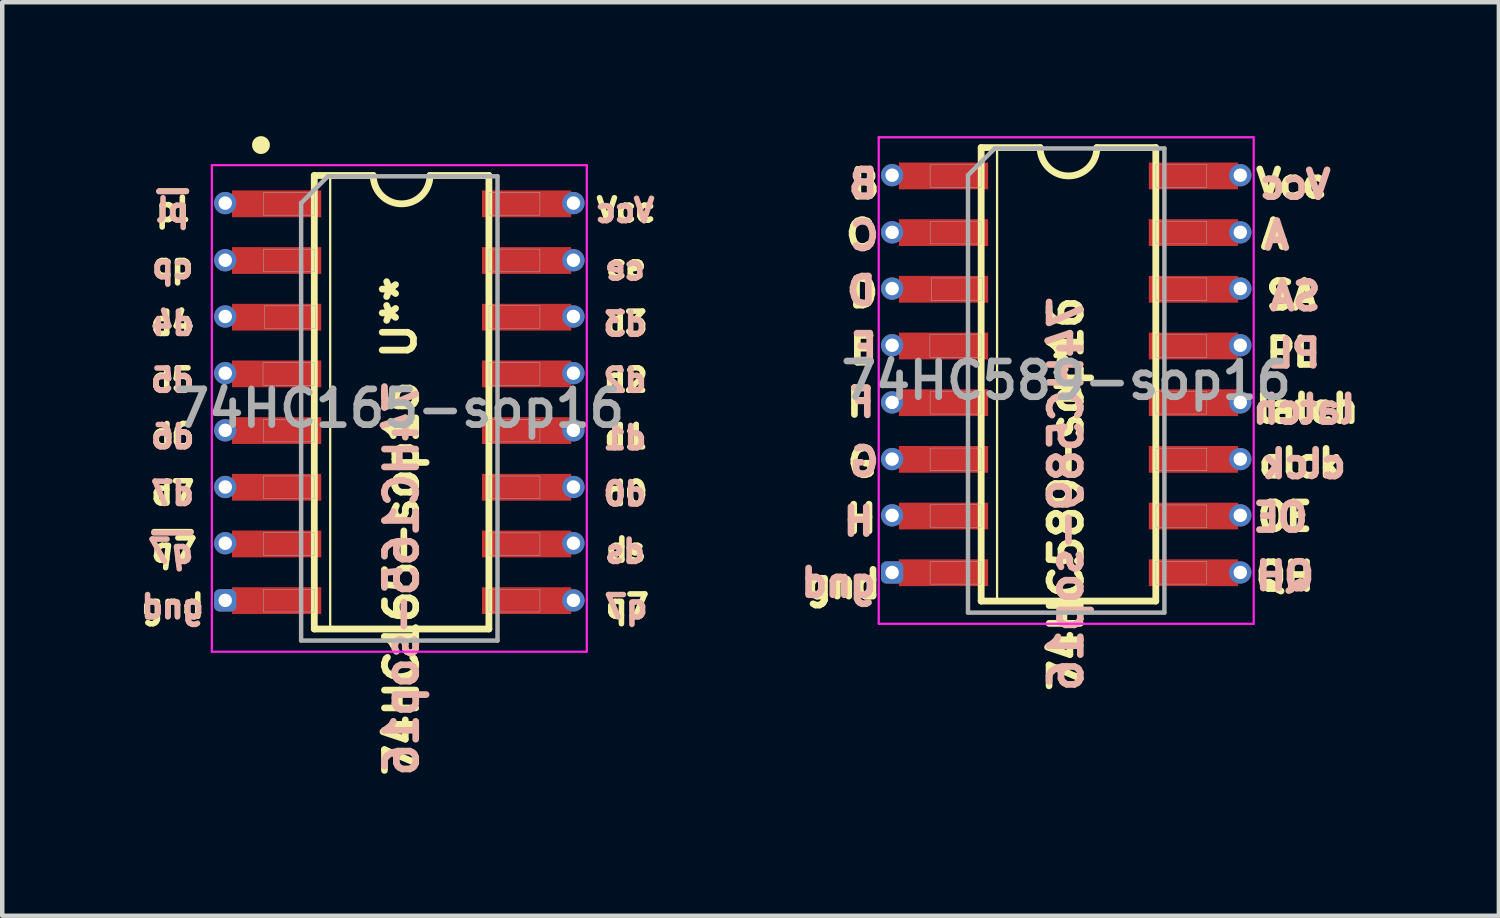
<source format=kicad_pcb>
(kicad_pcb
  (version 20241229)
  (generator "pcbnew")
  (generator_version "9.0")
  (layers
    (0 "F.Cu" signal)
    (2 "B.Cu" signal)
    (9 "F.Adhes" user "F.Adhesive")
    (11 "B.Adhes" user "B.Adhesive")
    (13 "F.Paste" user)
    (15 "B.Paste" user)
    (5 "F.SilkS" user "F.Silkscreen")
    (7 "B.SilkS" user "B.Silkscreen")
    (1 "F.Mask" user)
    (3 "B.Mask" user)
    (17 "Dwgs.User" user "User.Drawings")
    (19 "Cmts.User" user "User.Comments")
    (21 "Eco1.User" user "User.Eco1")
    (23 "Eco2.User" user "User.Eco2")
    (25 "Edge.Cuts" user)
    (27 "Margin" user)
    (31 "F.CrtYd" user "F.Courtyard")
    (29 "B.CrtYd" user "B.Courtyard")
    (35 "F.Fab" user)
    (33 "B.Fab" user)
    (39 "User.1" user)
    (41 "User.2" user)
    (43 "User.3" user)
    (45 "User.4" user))
  (footprint "74HC589-sop16"
    (layer "F.Cu")
    (at 20.836 5.475)
    (property "Reference" "74HC589-sop16" (at 0 2.54 90) (layer "F.SilkS") (effects (font (size 0.7 0.7) (thickness 0.15))))
    (property "Value" "U**" (at 0.06 -0.12 90) (layer "B.SilkS") (hide yes) (effects (font (size 0.5 0.5) (thickness 0.125)) (justify mirror)))
    (attr smd)
    (fp_line (start -1.905 -5.219) (end -1.905 4.941) (stroke (width 0.152) (type solid)) (layer "F.SilkS"))
    (fp_line (start -1.905 -5.219) (end -0.584 -5.219) (stroke (width 0.152) (type solid)) (layer "F.SilkS"))
    (fp_line (start -1.905 4.941) (end 2.007 4.941) (stroke (width 0.152) (type solid)) (layer "F.SilkS"))
    (fp_line (start -1.549 -5.219) (end -1.549 4.941) (stroke (width 0.051) (type solid)) (layer "F.SilkS"))
    (fp_line (start 0.686 -5.219) (end 2.007 -5.219) (stroke (width 0.152) (type solid)) (layer "F.SilkS"))
    (fp_line (start 2.007 4.941) (end 2.007 -5.219) (stroke (width 0.152) (type solid)) (layer "F.SilkS"))
    (fp_arc (start 0.6862 -5.21869) (mid 0.0512 -4.58369) (end -0.5838 -5.21869) (stroke (width 0.1524) (type solid)) (layer "F.SilkS"))
    (fp_line (start -4.2 -5.45) (end -4.2 5.45) (stroke (width 0.05) (type solid)) (layer "F.CrtYd"))
    (fp_line (start -4.2 -5.45) (end 4.2 -5.45) (stroke (width 0.05) (type solid)) (layer "F.CrtYd"))
    (fp_line (start 4.2 5.45) (end -4.2 5.45) (stroke (width 0.05) (type solid)) (layer "F.CrtYd"))
    (fp_line (start 4.2 5.45) (end 4.2 -5.45) (stroke (width 0.05) (type solid)) (layer "F.CrtYd"))
    (fp_line (start -2.2 -4.6) (end -1.6 -5.2) (stroke (width 0.1) (type solid)) (layer "F.Fab"))
    (fp_line (start -2.2 5.2) (end -2.2 -4.6) (stroke (width 0.1) (type solid)) (layer "F.Fab"))
    (fp_line (start -1.6 -5.2) (end 2.2 -5.2) (stroke (width 0.1) (type solid)) (layer "F.Fab"))
    (fp_line (start 2.2 -5.2) (end 2.2 5.2) (stroke (width 0.1) (type solid)) (layer "F.Fab"))
    (fp_line (start 2.2 5.2) (end -2.2 5.2) (stroke (width 0.1) (type solid)) (layer "F.Fab"))
    (fp_poly (pts (xy -1.905 -4.839) (xy -1.905 -4.33) (xy -3.049 -4.33) (xy -3.049 -4.839)) (stroke (width 0.01) (type solid)) (fill no) (layer "F.Fab"))
    (fp_poly (pts (xy -1.905 -3.568) (xy -1.905 -3.06) (xy -3.048 -3.06) (xy -3.048 -3.568)) (stroke (width 0.01) (type solid)) (fill no) (layer "F.Fab"))
    (fp_poly (pts (xy -1.905 -1.029) (xy -1.905 -0.52) (xy -3.054 -0.52) (xy -3.054 -1.029)) (stroke (width 0.01) (type solid)) (fill no) (layer "F.Fab"))
    (fp_poly (pts (xy -1.905 0.242) (xy -1.905 0.75) (xy -3.049 0.75) (xy -3.049 0.242)) (stroke (width 0.01) (type solid)) (fill no) (layer "F.Fab"))
    (fp_poly (pts (xy -1.905 1.513) (xy -1.905 2.02) (xy -3.049 2.02) (xy -3.049 1.513)) (stroke (width 0.01) (type solid)) (fill no) (layer "F.Fab"))
    (fp_poly (pts (xy -1.905 2.784) (xy -1.905 3.29) (xy -3.049 3.29) (xy -3.049 2.784)) (stroke (width 0.01) (type solid)) (fill no) (layer "F.Fab"))
    (fp_poly (pts (xy -1.905 4.054) (xy -1.905 4.56) (xy -3.049 4.56) (xy -3.049 4.054)) (stroke (width 0.01) (type solid)) (fill no) (layer "F.Fab"))
    (fp_poly (pts (xy -1.879 -2.298) (xy -1.879 -1.79) (xy -3.023 -1.79) (xy -3.023 -2.298)) (stroke (width 0.01) (type solid)) (fill no) (layer "F.Fab"))
    (fp_poly (pts (xy 3.15 -4.842) (xy 3.15 -4.33) (xy 2.009 -4.33) (xy 2.009 -4.842)) (stroke (width 0.01) (type solid)) (fill no) (layer "F.Fab"))
    (fp_poly (pts (xy 3.15 -3.57) (xy 3.15 -3.06) (xy 2.008 -3.06) (xy 2.008 -3.57)) (stroke (width 0.01) (type solid)) (fill no) (layer "F.Fab"))
    (fp_poly (pts (xy 3.15 -2.299) (xy 3.15 -1.79) (xy 2.008 -1.79) (xy 2.008 -2.299)) (stroke (width 0.01) (type solid)) (fill no) (layer "F.Fab"))
    (fp_poly (pts (xy 3.15 -1.029) (xy 3.15 -0.52) (xy 2.01 -0.52) (xy 2.01 -1.029)) (stroke (width 0.01) (type solid)) (fill no) (layer "F.Fab"))
    (fp_poly (pts (xy 3.15 0.242) (xy 3.15 0.75) (xy 2.008 0.75) (xy 2.008 0.242)) (stroke (width 0.01) (type solid)) (fill no) (layer "F.Fab"))
    (fp_poly (pts (xy 3.15 1.515) (xy 3.15 2.02) (xy 2.01 2.02) (xy 2.01 1.515)) (stroke (width 0.01) (type solid)) (fill no) (layer "F.Fab"))
    (fp_poly (pts (xy 3.15 2.788) (xy 3.15 3.29) (xy 2.011 3.29) (xy 2.011 2.788)) (stroke (width 0.01) (type solid)) (fill no) (layer "F.Fab"))
    (fp_poly (pts (xy 3.15 4.054) (xy 3.15 4.56) (xy 2.008 4.56) (xy 2.008 4.054)) (stroke (width 0.01) (type solid)) (fill no) (layer "F.Fab"))
    (fp_text user "OE" (at 4.9 3.05 0) (unlocked yes) (layer "F.SilkS") (effects (font (size 0.6 0.6) (thickness 0.15))))
    (fp_text user "QH" (at 4.9 4.39 0) (unlocked yes) (layer "F.SilkS") (effects (font (size 0.6 0.6) (thickness 0.15))))
    (fp_text user "E" (at -4.55 -0.68 0) (unlocked yes) (layer "F.SilkS") (effects (font (size 0.6 0.6) (thickness 0.15))))
    (fp_text user "PL" (at 5.05 -0.63 0) (unlocked yes) (layer "F.SilkS") (effects (font (size 0.6 0.6) (thickness 0.15))))
    (fp_text user "latch" (at 5.4 0.63 0) (unlocked yes) (layer "F.SilkS") (effects (font (size 0.6 0.6) (thickness 0.15))))
    (fp_text user "G" (at -4.57 1.84 0) (unlocked yes) (layer "F.SilkS") (effects (font (size 0.6 0.6) (thickness 0.15))))
    (fp_text user "${VALUE}" (at 0.05 -0.11 90) (layer "F.SilkS") (effects (font (size 0.5 0.5) (thickness 0.125))))
    (fp_text user "clck" (at 5.25 1.85 0) (unlocked yes) (layer "F.SilkS") (effects (font (size 0.6 0.6) (thickness 0.15))))
    (fp_text user "D" (at -4.54 -1.96 0) (unlocked yes) (layer "F.SilkS") (effects (font (size 0.6 0.6) (thickness 0.15))))
    (fp_text user "H" (at -4.59 3.1 0) (unlocked yes) (layer "F.SilkS") (effects (font (size 0.6 0.6) (thickness 0.15))))
    (fp_text user "gnd" (at -5 4.56 0) (unlocked yes) (layer "F.SilkS") (effects (font (size 0.6 0.6) (thickness 0.15))))
    (fp_text user "A" (at 4.64 -3.27 0) (unlocked yes) (layer "F.SilkS") (effects (font (size 0.6 0.6) (thickness 0.15))))
    (fp_text user "B" (at -4.51 -4.4 0) (unlocked yes) (layer "F.SilkS") (effects (font (size 0.6 0.6) (thickness 0.15))))
    (fp_text user "SA" (at 5.05 -1.91 0) (unlocked yes) (layer "F.SilkS") (effects (font (size 0.6 0.6) (thickness 0.15))))
    (fp_text user "C" (at -4.61 -3.27 0) (unlocked yes) (layer "F.SilkS") (effects (font (size 0.6 0.6) (thickness 0.15))))
    (fp_text user "Vcc" (at 5.05 -4.41 0) (unlocked yes) (layer "F.SilkS") (effects (font (size 0.6 0.6) (thickness 0.15))))
    (fp_text user "F" (at -4.63 0.49 0) (unlocked yes) (layer "F.SilkS") (effects (font (size 0.6 0.6) (thickness 0.15))))
    (fp_text user "A" (at 4.72 -3.25 0) (unlocked yes) (layer "B.SilkS") (effects (font (size 0.6 0.6) (thickness 0.15)) (justify mirror)))
    (fp_text user "clck" (at 5.33 1.87 0) (unlocked yes) (layer "B.SilkS") (effects (font (size 0.6 0.6) (thickness 0.15)) (justify mirror)))
    (fp_text user "E" (at -4.53 -0.73 0) (unlocked yes) (layer "B.SilkS") (effects (font (size 0.6 0.6) (thickness 0.15)) (justify mirror)))
    (fp_text user "QH" (at 4.9 4.38 0) (unlocked yes) (layer "B.SilkS") (effects (font (size 0.6 0.6) (thickness 0.15)) (justify mirror)))
    (fp_text user "C" (at -4.52 -3.24 0) (unlocked yes) (layer "B.SilkS") (effects (font (size 0.6 0.6) (thickness 0.15)) (justify mirror)))
    (fp_text user "G" (at -4.52 1.82 0) (unlocked yes) (layer "B.SilkS") (effects (font (size 0.6 0.6) (thickness 0.15)) (justify mirror)))
    (fp_text user "latch" (at 5.33 0.65 0) (unlocked yes) (layer "B.SilkS") (effects (font (size 0.6 0.6) (thickness 0.15)) (justify mirror)))
    (fp_text user "H" (at -4.65 3.16 0) (unlocked yes) (layer "B.SilkS") (effects (font (size 0.6 0.6) (thickness 0.15)) (justify mirror)))
    (fp_text user "OE" (at 4.8 3.07 0) (unlocked yes) (layer "B.SilkS") (effects (font (size 0.6 0.6) (thickness 0.15)) (justify mirror)))
    (fp_text user "gnd" (at -5.1 4.53 0) (unlocked yes) (layer "B.SilkS") (effects (font (size 0.6 0.6) (thickness 0.15)) (justify mirror)))
    (fp_text user "SA" (at 5.13 -1.89 0) (unlocked yes) (layer "B.SilkS") (effects (font (size 0.6 0.6) (thickness 0.15)) (justify mirror)))
    (fp_text user "${REFERENCE}" (at 0 2.54 90) (layer "B.SilkS") (effects (font (size 0.7 0.7) (thickness 0.15)) (justify mirror)))
    (fp_text user "D" (at -4.59 -2.01 0) (unlocked yes) (layer "B.SilkS") (effects (font (size 0.6 0.6) (thickness 0.15)) (justify mirror)))
    (fp_text user "F" (at -4.57 0.5 0) (unlocked yes) (layer "B.SilkS") (effects (font (size 0.6 0.6) (thickness 0.15)) (justify mirror)))
    (fp_text user "PL" (at 5.13 -0.61 0) (unlocked yes) (layer "B.SilkS") (effects (font (size 0.6 0.6) (thickness 0.15)) (justify mirror)))
    (fp_text user "Vcc" (at 5.13 -4.39 0) (unlocked yes) (layer "B.SilkS") (effects (font (size 0.6 0.6) (thickness 0.15)) (justify mirror)))
    (fp_text user "B" (at -4.55 -4.41 0) (unlocked yes) (layer "B.SilkS") (effects (font (size 0.6 0.6) (thickness 0.15)) (justify mirror)))
    (fp_text user "${REFERENCE}" (at 0 0 0) (layer "F.Fab") (effects (font (size 0.8 0.8) (thickness 0.15))))
    (pad "1" thru_hole circle (at -3.9 -4.6) (size 0.5 0.5) (drill 0.3) (layers "*.Cu" "*.Mask"))
    (pad "1" smd rect (at -2.749 -4.584 270) (size 0.6 2) (layers "F.Cu" "F.Mask" "F.Paste"))
    (pad "2" thru_hole circle (at -3.9 -3.32) (size 0.5 0.5) (drill 0.3) (layers "*.Cu" "*.Mask"))
    (pad "2" smd rect (at -2.749 -3.314 270) (size 0.6 2) (layers "F.Cu" "F.Mask" "F.Paste"))
    (pad "3" thru_hole circle (at -3.9 -2.06) (size 0.5 0.5) (drill 0.3) (layers "*.Cu" "*.Mask"))
    (pad "3" smd rect (at -2.749 -2.044 270) (size 0.6 2) (layers "F.Cu" "F.Mask" "F.Paste"))
    (pad "4" thru_hole circle (at -3.9 -0.79) (size 0.5 0.5) (drill 0.3) (layers "*.Cu" "*.Mask"))
    (pad "4" smd rect (at -2.749 -0.774 270) (size 0.6 2) (layers "F.Cu" "F.Mask" "F.Paste"))
    (pad "5" thru_hole circle (at -3.9 0.49) (size 0.5 0.5) (drill 0.3) (layers "*.Cu" "*.Mask"))
    (pad "5" smd rect (at -2.749 0.496 270) (size 0.6 2) (layers "F.Cu" "F.Mask" "F.Paste"))
    (pad "6" thru_hole circle (at -3.9 1.76) (size 0.5 0.5) (drill 0.3) (layers "*.Cu" "*.Mask"))
    (pad "6" smd rect (at -2.749 1.766 270) (size 0.6 2) (layers "F.Cu" "F.Mask" "F.Paste"))
    (pad "7" thru_hole circle (at -3.9 3.02) (size 0.5 0.5) (drill 0.3) (layers "*.Cu" "*.Mask"))
    (pad "7" smd rect (at -2.749 3.036 270) (size 0.6 2) (layers "F.Cu" "F.Mask" "F.Paste"))
    (pad "8" thru_hole roundrect (at -3.9 4.3) (size 0.5 0.5) (drill 0.3) (layers "*.Cu" "*.Mask") (roundrect_rratio 0.25))
    (pad "8" smd rect (at -2.749 4.306 270) (size 0.6 2) (layers "F.Cu" "F.Mask" "F.Paste"))
    (pad "9" smd rect (at 2.851 4.306 270) (size 0.6 2) (layers "F.Cu" "F.Mask" "F.Paste"))
    (pad "9" thru_hole circle (at 3.9 4.3) (size 0.5 0.5) (drill 0.3) (layers "*.Cu" "*.Mask"))
    (pad "10" smd rect (at 2.851 3.036 270) (size 0.6 2) (layers "F.Cu" "F.Mask" "F.Paste"))
    (pad "10" thru_hole circle (at 3.9 3.02) (size 0.5 0.5) (drill 0.3) (layers "*.Cu" "*.Mask"))
    (pad "11" smd rect (at 2.851 1.766 270) (size 0.6 2) (layers "F.Cu" "F.Mask" "F.Paste"))
    (pad "11" thru_hole circle (at 3.9 1.76) (size 0.5 0.5) (drill 0.3) (layers "*.Cu" "*.Mask"))
    (pad "12" smd rect (at 2.851 0.496 270) (size 0.6 2) (layers "F.Cu" "F.Mask" "F.Paste"))
    (pad "12" thru_hole circle (at 3.9 0.49) (size 0.5 0.5) (drill 0.3) (layers "*.Cu" "*.Mask"))
    (pad "13" smd rect (at 2.851 -0.774 270) (size 0.6 2) (layers "F.Cu" "F.Mask" "F.Paste"))
    (pad "13" thru_hole circle (at 3.9 -0.79) (size 0.5 0.5) (drill 0.3) (layers "*.Cu" "*.Mask"))
    (pad "14" smd rect (at 2.851 -2.044 270) (size 0.6 2) (layers "F.Cu" "F.Mask" "F.Paste"))
    (pad "14" thru_hole circle (at 3.9 -2.06) (size 0.5 0.5) (drill 0.3) (layers "*.Cu" "*.Mask"))
    (pad "15" smd rect (at 2.851 -3.314 270) (size 0.6 2) (layers "F.Cu" "F.Mask" "F.Paste"))
    (pad "15" thru_hole circle (at 3.9 -3.32) (size 0.5 0.5) (drill 0.3) (layers "*.Cu" "*.Mask"))
    (pad "16" smd rect (at 2.851 -4.584 270) (size 0.6 2) (layers "F.Cu" "F.Mask" "F.Paste"))
    (pad "16" thru_hole circle (at 3.9 -4.6) (size 0.5 0.5) (drill 0.3) (layers "*.Cu" "*.Mask")))
  (footprint "74HC165-sop16"
    (layer "F.Cu")
    (at 5.896 6.1)
    (property "Reference" "74HC165-sop16" (at 0.051 3.81 90) (layer "F.SilkS") (effects (font (size 0.7 0.7) (thickness 0.15))))
    (property "Value" "U**" (at 0 -2.04 90) (layer "B.SilkS") (hide yes) (effects (font (size 0.7 0.7) (thickness 0.15)) (justify mirror)))
    (attr smd)
    (fp_line (start -1.905 -5.219) (end -1.905 4.941) (stroke (width 0.152) (type solid)) (layer "F.SilkS"))
    (fp_line (start -1.905 -5.219) (end -0.584 -5.219) (stroke (width 0.152) (type solid)) (layer "F.SilkS"))
    (fp_line (start -1.905 4.941) (end 2.007 4.941) (stroke (width 0.152) (type solid)) (layer "F.SilkS"))
    (fp_line (start -1.549 -5.219) (end -1.549 4.941) (stroke (width 0.051) (type solid)) (layer "F.SilkS"))
    (fp_line (start 0.686 -5.219) (end 2.007 -5.219) (stroke (width 0.152) (type solid)) (layer "F.SilkS"))
    (fp_line (start 2.007 4.941) (end 2.007 -5.219) (stroke (width 0.152) (type solid)) (layer "F.SilkS"))
    (fp_arc (start 0.6862 -5.21869) (mid 0.0512 -4.58369) (end -0.5838 -5.21869) (stroke (width 0.1524) (type solid)) (layer "F.SilkS"))
    (fp_circle (center -3.1 -5.9) (end -2.95 -5.9) (stroke (width 0.1) (type solid)) (fill yes) (layer "F.SilkS"))
    (fp_line (start -4.2 -5.45) (end -4.2 5.45) (stroke (width 0.05) (type solid)) (layer "F.CrtYd"))
    (fp_line (start -4.2 -5.45) (end 4.2 -5.45) (stroke (width 0.05) (type solid)) (layer "F.CrtYd"))
    (fp_line (start 4.2 5.45) (end -4.2 5.45) (stroke (width 0.05) (type solid)) (layer "F.CrtYd"))
    (fp_line (start 4.2 5.45) (end 4.2 -5.45) (stroke (width 0.05) (type solid)) (layer "F.CrtYd"))
    (fp_line (start -2.2 -4.6) (end -1.6 -5.2) (stroke (width 0.1) (type solid)) (layer "F.Fab"))
    (fp_line (start -2.2 5.2) (end -2.2 -4.6) (stroke (width 0.1) (type solid)) (layer "F.Fab"))
    (fp_line (start -1.6 -5.2) (end 2.2 -5.2) (stroke (width 0.1) (type solid)) (layer "F.Fab"))
    (fp_line (start 2.2 -5.2) (end 2.2 5.2) (stroke (width 0.1) (type solid)) (layer "F.Fab"))
    (fp_line (start 2.2 5.2) (end -2.2 5.2) (stroke (width 0.1) (type solid)) (layer "F.Fab"))
    (fp_poly (pts (xy -1.905 -4.839) (xy -1.905 -4.33) (xy -3.049 -4.33) (xy -3.049 -4.839)) (stroke (width 0.01) (type solid)) (fill no) (layer "F.Fab"))
    (fp_poly (pts (xy -1.905 -3.568) (xy -1.905 -3.06) (xy -3.048 -3.06) (xy -3.048 -3.568)) (stroke (width 0.01) (type solid)) (fill no) (layer "F.Fab"))
    (fp_poly (pts (xy -1.905 -1.029) (xy -1.905 -0.52) (xy -3.054 -0.52) (xy -3.054 -1.029)) (stroke (width 0.01) (type solid)) (fill no) (layer "F.Fab"))
    (fp_poly (pts (xy -1.905 0.242) (xy -1.905 0.75) (xy -3.049 0.75) (xy -3.049 0.242)) (stroke (width 0.01) (type solid)) (fill no) (layer "F.Fab"))
    (fp_poly (pts (xy -1.905 1.513) (xy -1.905 2.02) (xy -3.049 2.02) (xy -3.049 1.513)) (stroke (width 0.01) (type solid)) (fill no) (layer "F.Fab"))
    (fp_poly (pts (xy -1.905 2.784) (xy -1.905 3.29) (xy -3.049 3.29) (xy -3.049 2.784)) (stroke (width 0.01) (type solid)) (fill no) (layer "F.Fab"))
    (fp_poly (pts (xy -1.905 4.054) (xy -1.905 4.56) (xy -3.049 4.56) (xy -3.049 4.054)) (stroke (width 0.01) (type solid)) (fill no) (layer "F.Fab"))
    (fp_poly (pts (xy -1.879 -2.298) (xy -1.879 -1.79) (xy -3.023 -1.79) (xy -3.023 -2.298)) (stroke (width 0.01) (type solid)) (fill no) (layer "F.Fab"))
    (fp_poly (pts (xy 3.15 -4.842) (xy 3.15 -4.33) (xy 2.009 -4.33) (xy 2.009 -4.842)) (stroke (width 0.01) (type solid)) (fill no) (layer "F.Fab"))
    (fp_poly (pts (xy 3.15 -3.57) (xy 3.15 -3.06) (xy 2.008 -3.06) (xy 2.008 -3.57)) (stroke (width 0.01) (type solid)) (fill no) (layer "F.Fab"))
    (fp_poly (pts (xy 3.15 -2.299) (xy 3.15 -1.79) (xy 2.008 -1.79) (xy 2.008 -2.299)) (stroke (width 0.01) (type solid)) (fill no) (layer "F.Fab"))
    (fp_poly (pts (xy 3.15 -1.029) (xy 3.15 -0.52) (xy 2.01 -0.52) (xy 2.01 -1.029)) (stroke (width 0.01) (type solid)) (fill no) (layer "F.Fab"))
    (fp_poly (pts (xy 3.15 0.242) (xy 3.15 0.75) (xy 2.008 0.75) (xy 2.008 0.242)) (stroke (width 0.01) (type solid)) (fill no) (layer "F.Fab"))
    (fp_poly (pts (xy 3.15 1.515) (xy 3.15 2.02) (xy 2.01 2.02) (xy 2.01 1.515)) (stroke (width 0.01) (type solid)) (fill no) (layer "F.Fab"))
    (fp_poly (pts (xy 3.15 2.788) (xy 3.15 3.29) (xy 2.011 3.29) (xy 2.011 2.788)) (stroke (width 0.01) (type solid)) (fill no) (layer "F.Fab"))
    (fp_poly (pts (xy 3.15 4.054) (xy 3.15 4.56) (xy 2.008 4.56) (xy 2.008 4.054)) (stroke (width 0.01) (type solid)) (fill no) (layer "F.Fab"))
    (fp_text user "d4" (at -5.08 -1.905 0) (unlocked yes) (layer "F.SilkS") (effects (font (size 0.5 0.5) (thickness 0.125))))
    (fp_text user "d0" (at 5.08 1.905 0) (unlocked yes) (layer "F.SilkS") (effects (font (size 0.5 0.5) (thickness 0.125))))
    (fp_text user "ds" (at 5.08 3.175 0) (unlocked yes) (layer "F.SilkS") (effects (font (size 0.5 0.5) (thickness 0.125))))
    (fp_text user "d5" (at -5.08 -0.635 0) (unlocked yes) (layer "F.SilkS") (effects (font (size 0.5 0.5) (thickness 0.125))))
    (fp_text user "gnd" (at -5.075 4.431 0) (unlocked yes) (layer "F.SilkS") (effects (font (size 0.5 0.5) (thickness 0.125))))
    (fp_text user "d2" (at 5.08 -0.635 0) (unlocked yes) (layer "F.SilkS") (effects (font (size 0.5 0.5) (thickness 0.125))))
    (fp_text user "~{pl}" (at -5.075 -4.457 0) (unlocked yes) (layer "F.SilkS") (effects (font (size 0.5 0.5) (thickness 0.125))))
    (fp_text user "~{q7}" (at -5.08 3.175 0) (unlocked yes) (layer "F.SilkS") (effects (font (size 0.5 0.5) (thickness 0.125) (italic yes))))
    (fp_text user "cp" (at -5.075 -3.205 0) (unlocked yes) (layer "F.SilkS") (effects (font (size 0.5 0.5) (thickness 0.125))))
    (fp_text user "Vcc" (at 5.08 -4.445 0) (unlocked yes) (layer "F.SilkS") (effects (font (size 0.5 0.5) (thickness 0.125))))
    (fp_text user "ce" (at 5.08 -3.175 0) (unlocked yes) (layer "F.SilkS") (effects (font (size 0.5 0.5) (thickness 0.125))))
    (fp_text user "q7" (at 5.107 4.431 0) (unlocked yes) (layer "F.SilkS") (effects (font (size 0.5 0.5) (thickness 0.125))))
    (fp_text user "d6" (at -5.075 0.613 0) (unlocked yes) (layer "F.SilkS") (effects (font (size 0.5 0.5) (thickness 0.125))))
    (fp_text user "d1" (at 5.08 0.635 0) (unlocked yes) (layer "F.SilkS") (effects (font (size 0.5 0.5) (thickness 0.125))))
    (fp_text user "${VALUE}" (at 0 -2.04 90) (layer "F.SilkS") (effects (font (size 0.7 0.7) (thickness 0.15))))
    (fp_text user "d3" (at 5.08 -1.905 0) (unlocked yes) (layer "F.SilkS") (effects (font (size 0.5 0.5) (thickness 0.125))))
    (fp_text user "d7" (at -5.075 1.896 0) (unlocked yes) (layer "F.SilkS") (effects (font (size 0.5 0.5) (thickness 0.125))))
    (fp_text user "d7" (at -5.08 1.905 0) (unlocked yes) (layer "B.SilkS") (effects (font (size 0.5 0.5) (thickness 0.125)) (justify mirror)))
    (fp_text user "d1" (at 5.053 0.657 0) (unlocked yes) (layer "B.SilkS") (effects (font (size 0.5 0.5) (thickness 0.125)) (justify mirror)))
    (fp_text user "~{q7}" (at -5.085 3.202 0) (unlocked yes) (layer "B.SilkS") (effects (font (size 0.5 0.5) (thickness 0.125) (italic yes)) (justify mirror)))
    (fp_text user "~{pl}" (at -5.08 -4.445 0) (unlocked yes) (layer "B.SilkS") (effects (font (size 0.5 0.5) (thickness 0.125)) (justify mirror)))
    (fp_text user "d2" (at 5.053 -0.631 0) (unlocked yes) (layer "B.SilkS") (effects (font (size 0.5 0.5) (thickness 0.125)) (justify mirror)))
    (fp_text user "d3" (at 5.053 -1.888 0) (unlocked yes) (layer "B.SilkS") (effects (font (size 0.5 0.5) (thickness 0.125)) (justify mirror)))
    (fp_text user "d4" (at -5.08 -1.905 0) (unlocked yes) (layer "B.SilkS") (effects (font (size 0.5 0.5) (thickness 0.125)) (justify mirror)))
    (fp_text user "d0" (at 5.053 1.914 0) (unlocked yes) (layer "B.SilkS") (effects (font (size 0.5 0.5) (thickness 0.125)) (justify mirror)))
    (fp_text user "d6" (at -5.08 0.635 0) (unlocked yes) (layer "B.SilkS") (effects (font (size 0.5 0.5) (thickness 0.125)) (justify mirror)))
    (fp_text user "Vcc" (at 5.053 -4.433 0) (unlocked yes) (layer "B.SilkS") (effects (font (size 0.5 0.5) (thickness 0.125)) (justify mirror)))
    (fp_text user "cp" (at -5.08 -3.175 0) (unlocked yes) (layer "B.SilkS") (effects (font (size 0.5 0.5) (thickness 0.125)) (justify mirror)))
    (fp_text user "${REFERENCE}" (at 0.051 3.81 90) (layer "B.SilkS") (effects (font (size 0.7 0.7) (thickness 0.15)) (justify mirror)))
    (fp_text user "ce" (at 5.053 -3.145 0) (unlocked yes) (layer "B.SilkS") (effects (font (size 0.5 0.5) (thickness 0.125)) (justify mirror)))
    (fp_text user "q7" (at 5.08 4.445 0) (unlocked yes) (layer "B.SilkS") (effects (font (size 0.5 0.5) (thickness 0.125)) (justify mirror)))
    (fp_text user "gnd" (at -5.08 4.445 0) (unlocked yes) (layer "B.SilkS") (effects (font (size 0.5 0.5) (thickness 0.125)) (justify mirror)))
    (fp_text user "ds" (at 5.053 3.202 0) (unlocked yes) (layer "B.SilkS") (effects (font (size 0.5 0.5) (thickness 0.125)) (justify mirror)))
    (fp_text user "d5" (at -5.085 -0.631 0) (unlocked yes) (layer "B.SilkS") (effects (font (size 0.5 0.5) (thickness 0.125)) (justify mirror)))
    (fp_text user "${REFERENCE}" (at 0 0 0) (layer "F.Fab") (effects (font (size 0.8 0.8) (thickness 0.15))))
    (pad "1" thru_hole circle (at -3.9 -4.6) (size 0.5 0.5) (drill 0.3) (layers "*.Cu" "*.Mask"))
    (pad "1" smd rect (at -2.749 -4.584 270) (size 0.6 2) (layers "F.Cu" "F.Mask" "F.Paste"))
    (pad "2" thru_hole circle (at -3.9 -3.32) (size 0.5 0.5) (drill 0.3) (layers "*.Cu" "*.Mask"))
    (pad "2" smd rect (at -2.749 -3.314 270) (size 0.6 2) (layers "F.Cu" "F.Mask" "F.Paste"))
    (pad "3" thru_hole circle (at -3.9 -2.06) (size 0.5 0.5) (drill 0.3) (layers "*.Cu" "*.Mask"))
    (pad "3" smd rect (at -2.749 -2.044 270) (size 0.6 2) (layers "F.Cu" "F.Mask" "F.Paste"))
    (pad "4" thru_hole circle (at -3.9 -0.79) (size 0.5 0.5) (drill 0.3) (layers "*.Cu" "*.Mask"))
    (pad "4" smd rect (at -2.749 -0.774 270) (size 0.6 2) (layers "F.Cu" "F.Mask" "F.Paste"))
    (pad "5" thru_hole circle (at -3.9 0.49) (size 0.5 0.5) (drill 0.3) (layers "*.Cu" "*.Mask"))
    (pad "5" smd rect (at -2.749 0.496 270) (size 0.6 2) (layers "F.Cu" "F.Mask" "F.Paste"))
    (pad "6" thru_hole circle (at -3.9 1.76) (size 0.5 0.5) (drill 0.3) (layers "*.Cu" "*.Mask"))
    (pad "6" smd rect (at -2.749 1.766 270) (size 0.6 2) (layers "F.Cu" "F.Mask" "F.Paste"))
    (pad "7" thru_hole circle (at -3.9 3.02) (size 0.5 0.5) (drill 0.3) (layers "*.Cu" "*.Mask"))
    (pad "7" smd rect (at -2.749 3.036 270) (size 0.6 2) (layers "F.Cu" "F.Mask" "F.Paste"))
    (pad "8" thru_hole roundrect (at -3.9 4.3) (size 0.5 0.5) (drill 0.3) (layers "*.Cu" "*.Mask") (roundrect_rratio 0.25))
    (pad "8" smd rect (at -2.749 4.306 270) (size 0.6 2) (layers "F.Cu" "F.Mask" "F.Paste"))
    (pad "9" smd rect (at 2.851 4.306 270) (size 0.6 2) (layers "F.Cu" "F.Mask" "F.Paste"))
    (pad "9" thru_hole circle (at 3.9 4.3) (size 0.5 0.5) (drill 0.3) (layers "*.Cu" "*.Mask"))
    (pad "10" smd rect (at 2.851 3.036 270) (size 0.6 2) (layers "F.Cu" "F.Mask" "F.Paste"))
    (pad "10" thru_hole circle (at 3.9 3.02) (size 0.5 0.5) (drill 0.3) (layers "*.Cu" "*.Mask"))
    (pad "11" smd rect (at 2.851 1.766 270) (size 0.6 2) (layers "F.Cu" "F.Mask" "F.Paste"))
    (pad "11" thru_hole circle (at 3.9 1.76) (size 0.5 0.5) (drill 0.3) (layers "*.Cu" "*.Mask"))
    (pad "12" smd rect (at 2.851 0.496 270) (size 0.6 2) (layers "F.Cu" "F.Mask" "F.Paste"))
    (pad "12" thru_hole circle (at 3.9 0.49) (size 0.5 0.5) (drill 0.3) (layers "*.Cu" "*.Mask"))
    (pad "13" smd rect (at 2.851 -0.774 270) (size 0.6 2) (layers "F.Cu" "F.Mask" "F.Paste"))
    (pad "13" thru_hole circle (at 3.9 -0.79) (size 0.5 0.5) (drill 0.3) (layers "*.Cu" "*.Mask"))
    (pad "14" smd rect (at 2.851 -2.044 270) (size 0.6 2) (layers "F.Cu" "F.Mask" "F.Paste"))
    (pad "14" thru_hole circle (at 3.9 -2.06) (size 0.5 0.5) (drill 0.3) (layers "*.Cu" "*.Mask"))
    (pad "15" smd rect (at 2.851 -3.314 270) (size 0.6 2) (layers "F.Cu" "F.Mask" "F.Paste"))
    (pad "15" thru_hole circle (at 3.9 -3.32) (size 0.5 0.5) (drill 0.3) (layers "*.Cu" "*.Mask"))
    (pad "16" smd rect (at 2.851 -4.584 270) (size 0.6 2) (layers "F.Cu" "F.Mask" "F.Paste"))
    (pad "16" thru_hole circle (at 3.9 -4.6) (size 0.5 0.5) (drill 0.3) (layers "*.Cu" "*.Mask")))
  (gr_rect
    (start -3 -3)
    (end 30.529 17.465)
    (stroke (width 0.1) (type default))
    (fill no)
    (layer "Edge.Cuts")))
</source>
